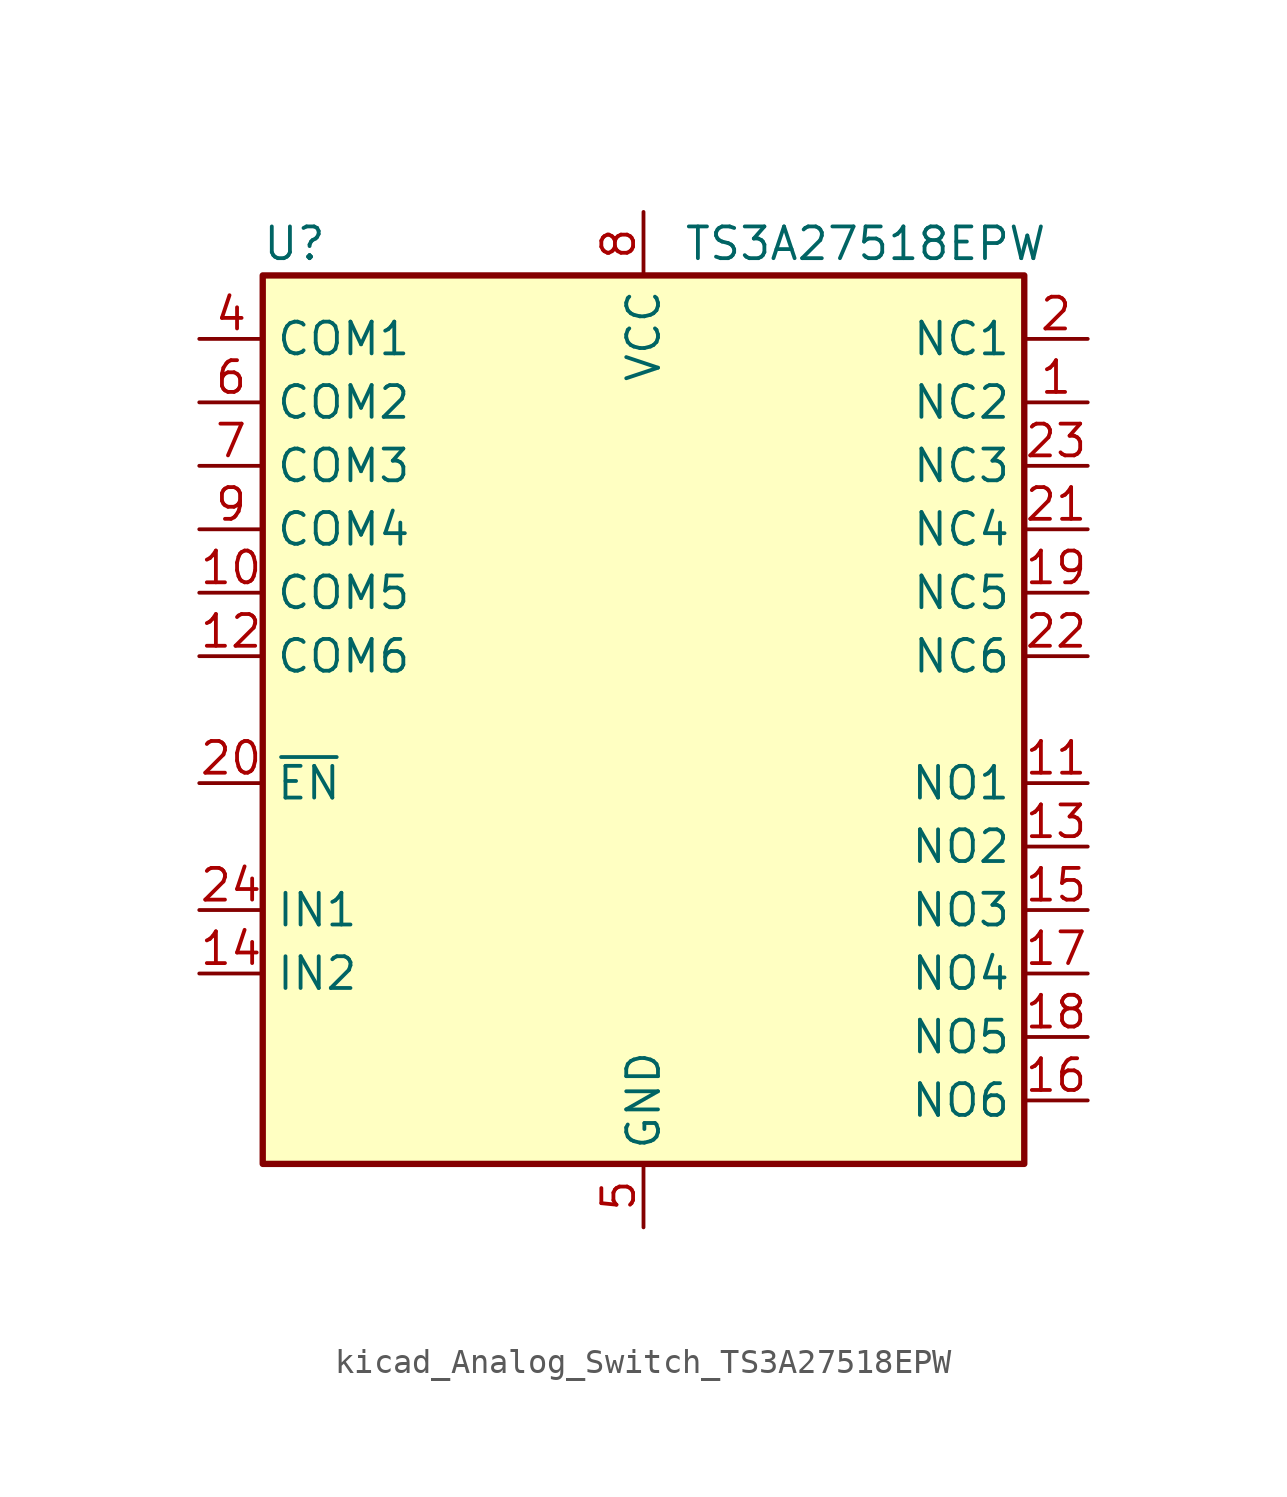
<source format=kicad_sym>
(kicad_symbol_lib
  (version 20220914)
  (generator kicad_symbol_editor)
  (symbol "kicad_Analog_Switch_TS3A27518EPW"
    (property "Reference" "U"
      (at -13.97 19.05 0)
      (effects (font (size 1.27 1.27))))
    (property "Value" "TS3A27518EPW"
      (at 8.89 19.05 0)
      (effects (font (size 1.27 1.27))))
    (symbol "kicad_Analog_Switch_TS3A27518EPW_0_1"
      (rectangle (start 15.24 -17.78) (end -15.24 17.78) (stroke (width 0.254) (type default)) (fill (type background))))
    (symbol "kicad_Analog_Switch_TS3A27518EPW_1_1"
      (pin bidirectional line (at 17.78 12.7 180) (length 2.54) (name "NC2" (effects (font (size 1.27 1.27)))) (number "1" (effects (font (size 1.27 1.27)))))
      (pin bidirectional line (at -17.78 5.08 0) (length 2.54) (name "COM5" (effects (font (size 1.27 1.27)))) (number "10" (effects (font (size 1.27 1.27)))))
      (pin bidirectional line (at 17.78 -2.54 180) (length 2.54) (name "NO1" (effects (font (size 1.27 1.27)))) (number "11" (effects (font (size 1.27 1.27)))))
      (pin bidirectional line (at -17.78 2.54 0) (length 2.54) (name "COM6" (effects (font (size 1.27 1.27)))) (number "12" (effects (font (size 1.27 1.27)))))
      (pin bidirectional line (at 17.78 -5.08 180) (length 2.54) (name "NO2" (effects (font (size 1.27 1.27)))) (number "13" (effects (font (size 1.27 1.27)))))
      (pin input line (at -17.78 -10.16 0) (length 2.54) (name "IN2" (effects (font (size 1.27 1.27)))) (number "14" (effects (font (size 1.27 1.27)))))
      (pin bidirectional line (at 17.78 -7.62 180) (length 2.54) (name "NO3" (effects (font (size 1.27 1.27)))) (number "15" (effects (font (size 1.27 1.27)))))
      (pin bidirectional line (at 17.78 -15.24 180) (length 2.54) (name "NO6" (effects (font (size 1.27 1.27)))) (number "16" (effects (font (size 1.27 1.27)))))
      (pin bidirectional line (at 17.78 -10.16 180) (length 2.54) (name "NO4" (effects (font (size 1.27 1.27)))) (number "17" (effects (font (size 1.27 1.27)))))
      (pin bidirectional line (at 17.78 -12.7 180) (length 2.54) (name "NO5" (effects (font (size 1.27 1.27)))) (number "18" (effects (font (size 1.27 1.27)))))
      (pin bidirectional line (at 17.78 5.08 180) (length 2.54) (name "NC5" (effects (font (size 1.27 1.27)))) (number "19" (effects (font (size 1.27 1.27)))))
      (pin bidirectional line (at 17.78 15.24 180) (length 2.54) (name "NC1" (effects (font (size 1.27 1.27)))) (number "2" (effects (font (size 1.27 1.27)))))
      (pin input line (at -17.78 -2.54 0) (length 2.54) (name "~{EN}" (effects (font (size 1.27 1.27)))) (number "20" (effects (font (size 1.27 1.27)))))
      (pin bidirectional line (at 17.78 7.62 180) (length 2.54) (name "NC4" (effects (font (size 1.27 1.27)))) (number "21" (effects (font (size 1.27 1.27)))))
      (pin bidirectional line (at 17.78 2.54 180) (length 2.54) (name "NC6" (effects (font (size 1.27 1.27)))) (number "22" (effects (font (size 1.27 1.27)))))
      (pin bidirectional line (at 17.78 10.16 180) (length 2.54) (name "NC3" (effects (font (size 1.27 1.27)))) (number "23" (effects (font (size 1.27 1.27)))))
      (pin input line (at -17.78 -7.62 0) (length 2.54) (name "IN1" (effects (font (size 1.27 1.27)))) (number "24" (effects (font (size 1.27 1.27)))))
      (pin no_connect line (at -15.24 -15.24 0) (length 2.54) hide (name "N.C." (effects (font (size 1.27 1.27)))) (number "3" (effects (font (size 1.27 1.27)))))
      (pin bidirectional line (at -17.78 15.24 0) (length 2.54) (name "COM1" (effects (font (size 1.27 1.27)))) (number "4" (effects (font (size 1.27 1.27)))))
      (pin power_in line (at 0 -20.32 90) (length 2.54) (name "GND" (effects (font (size 1.27 1.27)))) (number "5" (effects (font (size 1.27 1.27)))))
      (pin bidirectional line (at -17.78 12.7 0) (length 2.54) (name "COM2" (effects (font (size 1.27 1.27)))) (number "6" (effects (font (size 1.27 1.27)))))
      (pin bidirectional line (at -17.78 10.16 0) (length 2.54) (name "COM3" (effects (font (size 1.27 1.27)))) (number "7" (effects (font (size 1.27 1.27)))))
      (pin power_in line (at 0 20.32 270) (length 2.54) (name "VCC" (effects (font (size 1.27 1.27)))) (number "8" (effects (font (size 1.27 1.27)))))
      (pin bidirectional line (at -17.78 7.62 0) (length 2.54) (name "COM4" (effects (font (size 1.27 1.27)))) (number "9" (effects (font (size 1.27 1.27))))))))
</source>
